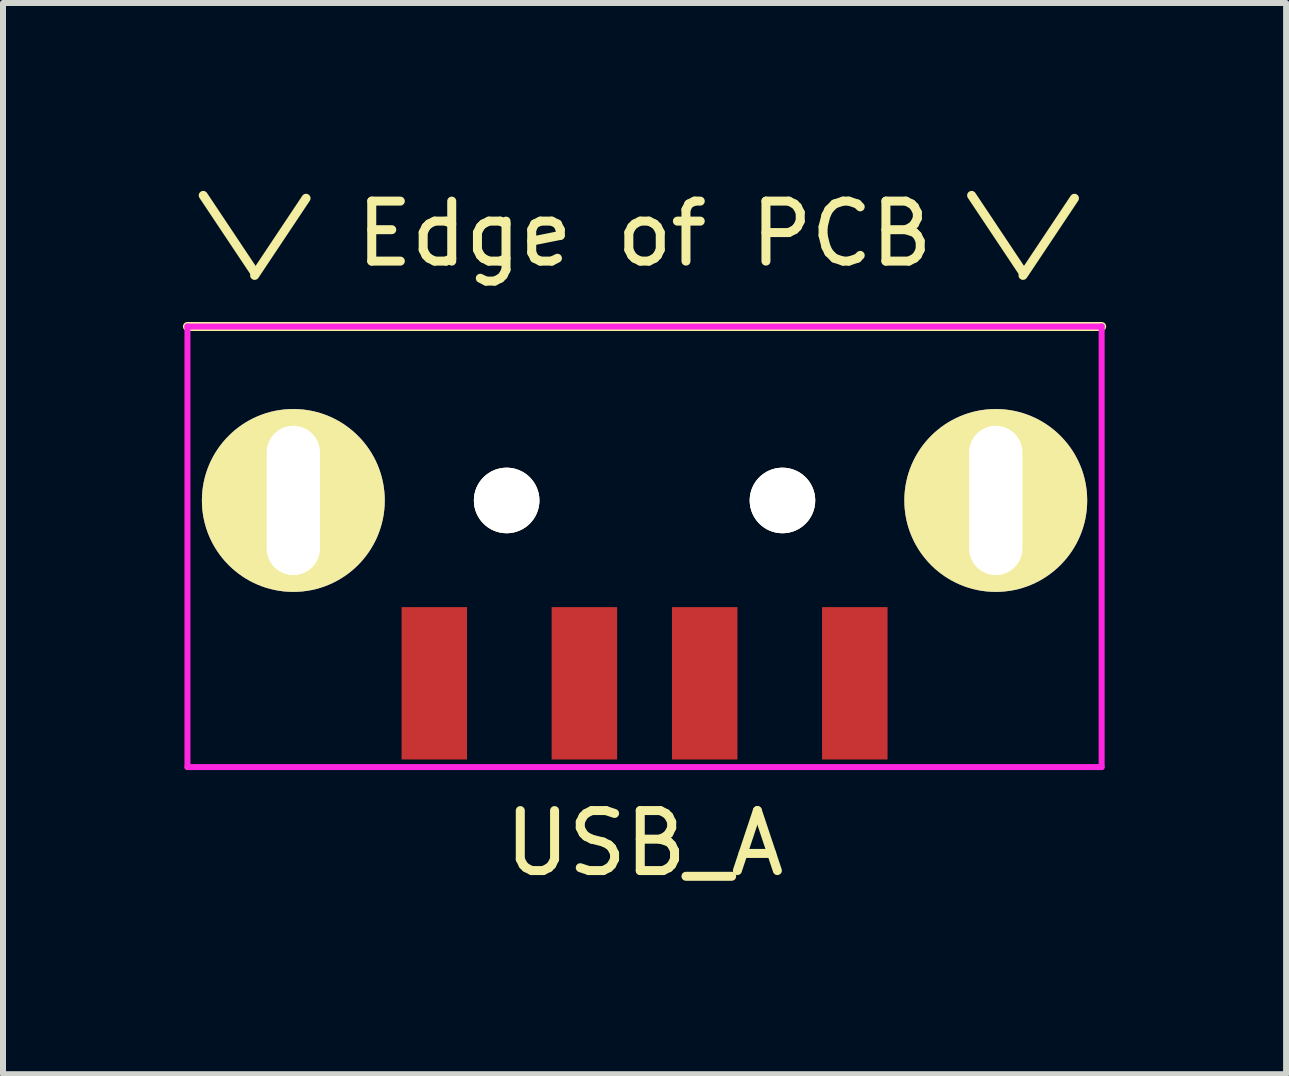
<source format=kicad_pcb>
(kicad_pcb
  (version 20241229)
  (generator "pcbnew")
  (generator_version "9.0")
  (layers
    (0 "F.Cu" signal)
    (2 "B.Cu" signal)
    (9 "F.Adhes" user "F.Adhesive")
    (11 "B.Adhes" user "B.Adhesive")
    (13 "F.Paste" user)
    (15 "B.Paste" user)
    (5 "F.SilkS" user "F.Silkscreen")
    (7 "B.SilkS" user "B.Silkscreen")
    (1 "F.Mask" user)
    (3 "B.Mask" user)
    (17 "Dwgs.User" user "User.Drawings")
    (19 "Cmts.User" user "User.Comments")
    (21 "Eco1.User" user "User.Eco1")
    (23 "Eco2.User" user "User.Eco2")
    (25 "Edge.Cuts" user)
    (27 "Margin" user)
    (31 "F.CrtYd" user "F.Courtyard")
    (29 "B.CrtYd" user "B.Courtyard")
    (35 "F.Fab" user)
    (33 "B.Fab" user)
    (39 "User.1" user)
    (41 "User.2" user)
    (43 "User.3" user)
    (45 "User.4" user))
  (footprint "USB_A"
    (layer "F.Cu")
    (at 7.695 2.393)
    (property "Reference" "USB_A" (at 0 8.615 0) (layer "F.SilkS") (effects (font (size 1 1) (thickness 0.15))))
    (attr through_hole)
    (fp_line (start 7.62 0) (end -7.62 0) (stroke (width 0.15) (type solid)) (layer "F.SilkS"))
    (fp_line (start -7.62 0) (end -7.62 7.345) (stroke (width 0.1) (type solid)) (layer "F.CrtYd"))
    (fp_line (start -7.62 7.345) (end 7.62 7.345) (stroke (width 0.1) (type solid)) (layer "F.CrtYd"))
    (fp_line (start 7.62 0) (end -7.62 0) (stroke (width 0.1) (type solid)) (layer "F.CrtYd"))
    (fp_line (start 7.62 7.345) (end 7.62 0) (stroke (width 0.1) (type solid)) (layer "F.CrtYd"))
    (fp_text user "\\/ Edge of PCB \\/" (at 0 -1.545 0) (layer "F.SilkS") (effects (font (size 1 1) (thickness 0.15))))
    (pad "" thru_hole circle (at -5.855 2.9) (size 3.048 3.048) (drill oval 0.889 2.489) (layers "*.Cu" "*.Mask" "F.SilkS"))
    (pad "" thru_hole circle (at -2.299 2.9) (size 1.092 1.092) (drill 1.092) (layers "*.Cu" "*.Mask" "F.SilkS"))
    (pad "" thru_hole circle (at 2.299 2.9) (size 1.092 1.092) (drill 1.092) (layers "*.Cu" "*.Mask" "F.SilkS"))
    (pad "" thru_hole circle (at 5.855 2.9) (size 3.048 3.048) (drill oval 0.889 2.489) (layers "*.Cu" "*.Mask" "F.SilkS"))
    (pad "1" smd rect (at -3.505 5.948) (size 1.092 2.54) (layers "F.Cu" "F.Mask" "F.Paste"))
    (pad "2" smd rect (at -1.003 5.948) (size 1.092 2.54) (layers "F.Cu" "F.Mask" "F.Paste"))
    (pad "3" smd rect (at 1.003 5.948) (size 1.092 2.54) (layers "F.Cu" "F.Mask" "F.Paste"))
    (pad "4" smd rect (at 3.505 5.948) (size 1.092 2.54) (layers "F.Cu" "F.Mask" "F.Paste")))
  (gr_rect
    (start -3 -3)
    (end 18.39 14.857)
    (stroke (width 0.1) (type default))
    (fill no)
    (layer "Edge.Cuts")))
</source>
